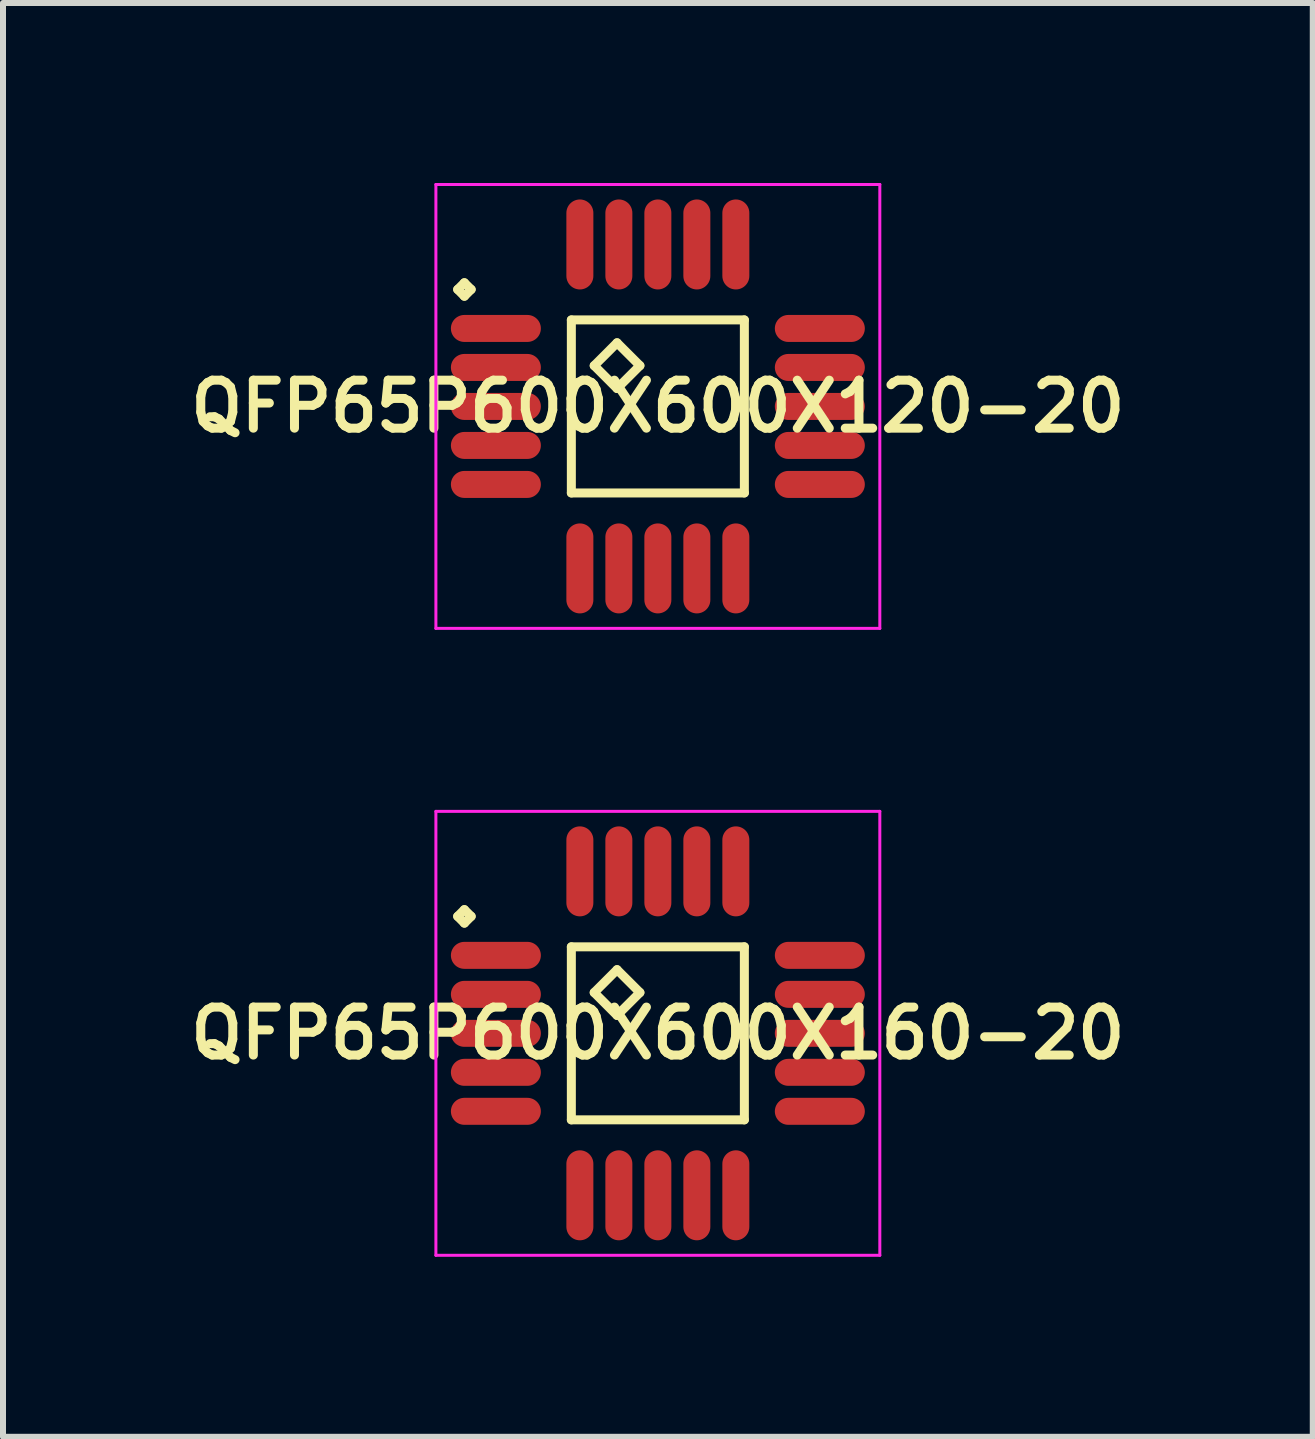
<source format=kicad_pcb>
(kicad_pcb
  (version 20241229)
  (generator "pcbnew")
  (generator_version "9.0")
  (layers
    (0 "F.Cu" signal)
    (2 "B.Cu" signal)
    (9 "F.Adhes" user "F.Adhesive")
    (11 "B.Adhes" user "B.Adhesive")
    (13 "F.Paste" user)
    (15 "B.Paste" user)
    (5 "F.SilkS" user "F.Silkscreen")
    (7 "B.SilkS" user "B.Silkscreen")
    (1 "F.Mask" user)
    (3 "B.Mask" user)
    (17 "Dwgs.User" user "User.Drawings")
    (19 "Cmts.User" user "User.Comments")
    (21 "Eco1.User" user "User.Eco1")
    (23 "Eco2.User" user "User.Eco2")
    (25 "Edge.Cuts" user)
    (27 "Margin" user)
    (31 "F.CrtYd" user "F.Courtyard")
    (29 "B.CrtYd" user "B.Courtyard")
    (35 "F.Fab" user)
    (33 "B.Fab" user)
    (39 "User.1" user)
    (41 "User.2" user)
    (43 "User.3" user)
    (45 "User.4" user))
  (footprint "QFP65P600X600X120-20"
    (layer "F.Cu")
    (at 7.916 3.725)
    (property "Reference" "QFP65P600X600X120-20" (at 0 0 0) (layer "F.SilkS") (effects (font (size 0.8 0.8) (thickness 0.15))))
    (attr smd)
    (fp_line (start -3.337 -1.95) (end -3.225 -2.062) (stroke (width 0.15) (type solid)) (layer "F.SilkS"))
    (fp_line (start -3.225 -2.062) (end -3.112 -1.95) (stroke (width 0.15) (type solid)) (layer "F.SilkS"))
    (fp_line (start -3.225 -1.837) (end -3.337 -1.95) (stroke (width 0.15) (type solid)) (layer "F.SilkS"))
    (fp_line (start -3.112 -1.95) (end -3.225 -1.837) (stroke (width 0.15) (type solid)) (layer "F.SilkS"))
    (fp_line (start -1.442 -1.442) (end -1.442 1.442) (stroke (width 0.15) (type solid)) (layer "F.SilkS"))
    (fp_line (start -1.442 1.442) (end 1.442 1.442) (stroke (width 0.15) (type solid)) (layer "F.SilkS"))
    (fp_line (start -1.061 -0.68) (end -0.68 -1.061) (stroke (width 0.15) (type solid)) (layer "F.SilkS"))
    (fp_line (start -0.68 -1.061) (end -0.299 -0.68) (stroke (width 0.15) (type solid)) (layer "F.SilkS"))
    (fp_line (start -0.68 -0.299) (end -1.061 -0.68) (stroke (width 0.15) (type solid)) (layer "F.SilkS"))
    (fp_line (start -0.299 -0.68) (end -0.68 -0.299) (stroke (width 0.15) (type solid)) (layer "F.SilkS"))
    (fp_line (start 1.442 -1.442) (end -1.442 -1.442) (stroke (width 0.15) (type solid)) (layer "F.SilkS"))
    (fp_line (start 1.442 1.442) (end 1.442 -1.442) (stroke (width 0.15) (type solid)) (layer "F.SilkS"))
    (fp_line (start -3.7 -3.7) (end 3.7 -3.7) (stroke (width 0.05) (type solid)) (layer "F.CrtYd"))
    (fp_line (start -3.7 3.7) (end -3.7 -3.7) (stroke (width 0.05) (type solid)) (layer "F.CrtYd"))
    (fp_line (start 3.7 -3.7) (end 3.7 3.7) (stroke (width 0.05) (type solid)) (layer "F.CrtYd"))
    (fp_line (start 3.7 3.7) (end -3.7 3.7) (stroke (width 0.05) (type solid)) (layer "F.CrtYd"))
    (pad "1" smd oval (at -2.7 -1.3) (size 1.5 0.45) (layers "F.Cu" "F.Mask" "F.Paste"))
    (pad "2" smd oval (at -2.7 -0.65) (size 1.5 0.45) (layers "F.Cu" "F.Mask" "F.Paste"))
    (pad "3" smd oval (at -2.7 0) (size 1.5 0.45) (layers "F.Cu" "F.Mask" "F.Paste"))
    (pad "4" smd oval (at -2.7 0.65) (size 1.5 0.45) (layers "F.Cu" "F.Mask" "F.Paste"))
    (pad "5" smd oval (at -2.7 1.3) (size 1.5 0.45) (layers "F.Cu" "F.Mask" "F.Paste"))
    (pad "6" smd oval (at -1.3 2.7) (size 0.45 1.5) (layers "F.Cu" "F.Mask" "F.Paste"))
    (pad "7" smd oval (at -0.65 2.7) (size 0.45 1.5) (layers "F.Cu" "F.Mask" "F.Paste"))
    (pad "8" smd oval (at 0 2.7) (size 0.45 1.5) (layers "F.Cu" "F.Mask" "F.Paste"))
    (pad "9" smd oval (at 0.65 2.7) (size 0.45 1.5) (layers "F.Cu" "F.Mask" "F.Paste"))
    (pad "10" smd oval (at 1.3 2.7) (size 0.45 1.5) (layers "F.Cu" "F.Mask" "F.Paste"))
    (pad "11" smd oval (at 2.7 1.3) (size 1.5 0.45) (layers "F.Cu" "F.Mask" "F.Paste"))
    (pad "12" smd oval (at 2.7 0.65) (size 1.5 0.45) (layers "F.Cu" "F.Mask" "F.Paste"))
    (pad "13" smd oval (at 2.7 0) (size 1.5 0.45) (layers "F.Cu" "F.Mask" "F.Paste"))
    (pad "14" smd oval (at 2.7 -0.65) (size 1.5 0.45) (layers "F.Cu" "F.Mask" "F.Paste"))
    (pad "15" smd oval (at 2.7 -1.3) (size 1.5 0.45) (layers "F.Cu" "F.Mask" "F.Paste"))
    (pad "16" smd oval (at 1.3 -2.7) (size 0.45 1.5) (layers "F.Cu" "F.Mask" "F.Paste"))
    (pad "17" smd oval (at 0.65 -2.7) (size 0.45 1.5) (layers "F.Cu" "F.Mask" "F.Paste"))
    (pad "18" smd oval (at 0 -2.7) (size 0.45 1.5) (layers "F.Cu" "F.Mask" "F.Paste"))
    (pad "19" smd oval (at -0.65 -2.7) (size 0.45 1.5) (layers "F.Cu" "F.Mask" "F.Paste"))
    (pad "20" smd oval (at -1.3 -2.7) (size 0.45 1.5) (layers "F.Cu" "F.Mask" "F.Paste")))
  (footprint "QFP65P600X600X160-20"
    (layer "F.Cu")
    (at 7.916 14.175)
    (property "Reference" "QFP65P600X600X160-20" (at 0 0 0) (layer "F.SilkS") (effects (font (size 0.8 0.8) (thickness 0.15))))
    (attr smd)
    (fp_line (start -3.337 -1.95) (end -3.225 -2.062) (stroke (width 0.15) (type solid)) (layer "F.SilkS"))
    (fp_line (start -3.225 -2.062) (end -3.112 -1.95) (stroke (width 0.15) (type solid)) (layer "F.SilkS"))
    (fp_line (start -3.225 -1.837) (end -3.337 -1.95) (stroke (width 0.15) (type solid)) (layer "F.SilkS"))
    (fp_line (start -3.112 -1.95) (end -3.225 -1.837) (stroke (width 0.15) (type solid)) (layer "F.SilkS"))
    (fp_line (start -1.442 -1.442) (end -1.442 1.442) (stroke (width 0.15) (type solid)) (layer "F.SilkS"))
    (fp_line (start -1.442 1.442) (end 1.442 1.442) (stroke (width 0.15) (type solid)) (layer "F.SilkS"))
    (fp_line (start -1.061 -0.68) (end -0.68 -1.061) (stroke (width 0.15) (type solid)) (layer "F.SilkS"))
    (fp_line (start -0.68 -1.061) (end -0.299 -0.68) (stroke (width 0.15) (type solid)) (layer "F.SilkS"))
    (fp_line (start -0.68 -0.299) (end -1.061 -0.68) (stroke (width 0.15) (type solid)) (layer "F.SilkS"))
    (fp_line (start -0.299 -0.68) (end -0.68 -0.299) (stroke (width 0.15) (type solid)) (layer "F.SilkS"))
    (fp_line (start 1.442 -1.442) (end -1.442 -1.442) (stroke (width 0.15) (type solid)) (layer "F.SilkS"))
    (fp_line (start 1.442 1.442) (end 1.442 -1.442) (stroke (width 0.15) (type solid)) (layer "F.SilkS"))
    (fp_line (start -3.7 -3.7) (end 3.7 -3.7) (stroke (width 0.05) (type solid)) (layer "F.CrtYd"))
    (fp_line (start -3.7 3.7) (end -3.7 -3.7) (stroke (width 0.05) (type solid)) (layer "F.CrtYd"))
    (fp_line (start 3.7 -3.7) (end 3.7 3.7) (stroke (width 0.05) (type solid)) (layer "F.CrtYd"))
    (fp_line (start 3.7 3.7) (end -3.7 3.7) (stroke (width 0.05) (type solid)) (layer "F.CrtYd"))
    (pad "1" smd oval (at -2.7 -1.3) (size 1.5 0.45) (layers "F.Cu" "F.Mask" "F.Paste"))
    (pad "2" smd oval (at -2.7 -0.65) (size 1.5 0.45) (layers "F.Cu" "F.Mask" "F.Paste"))
    (pad "3" smd oval (at -2.7 0) (size 1.5 0.45) (layers "F.Cu" "F.Mask" "F.Paste"))
    (pad "4" smd oval (at -2.7 0.65) (size 1.5 0.45) (layers "F.Cu" "F.Mask" "F.Paste"))
    (pad "5" smd oval (at -2.7 1.3) (size 1.5 0.45) (layers "F.Cu" "F.Mask" "F.Paste"))
    (pad "6" smd oval (at -1.3 2.7) (size 0.45 1.5) (layers "F.Cu" "F.Mask" "F.Paste"))
    (pad "7" smd oval (at -0.65 2.7) (size 0.45 1.5) (layers "F.Cu" "F.Mask" "F.Paste"))
    (pad "8" smd oval (at 0 2.7) (size 0.45 1.5) (layers "F.Cu" "F.Mask" "F.Paste"))
    (pad "9" smd oval (at 0.65 2.7) (size 0.45 1.5) (layers "F.Cu" "F.Mask" "F.Paste"))
    (pad "10" smd oval (at 1.3 2.7) (size 0.45 1.5) (layers "F.Cu" "F.Mask" "F.Paste"))
    (pad "11" smd oval (at 2.7 1.3) (size 1.5 0.45) (layers "F.Cu" "F.Mask" "F.Paste"))
    (pad "12" smd oval (at 2.7 0.65) (size 1.5 0.45) (layers "F.Cu" "F.Mask" "F.Paste"))
    (pad "13" smd oval (at 2.7 0) (size 1.5 0.45) (layers "F.Cu" "F.Mask" "F.Paste"))
    (pad "14" smd oval (at 2.7 -0.65) (size 1.5 0.45) (layers "F.Cu" "F.Mask" "F.Paste"))
    (pad "15" smd oval (at 2.7 -1.3) (size 1.5 0.45) (layers "F.Cu" "F.Mask" "F.Paste"))
    (pad "16" smd oval (at 1.3 -2.7) (size 0.45 1.5) (layers "F.Cu" "F.Mask" "F.Paste"))
    (pad "17" smd oval (at 0.65 -2.7) (size 0.45 1.5) (layers "F.Cu" "F.Mask" "F.Paste"))
    (pad "18" smd oval (at 0 -2.7) (size 0.45 1.5) (layers "F.Cu" "F.Mask" "F.Paste"))
    (pad "19" smd oval (at -0.65 -2.7) (size 0.45 1.5) (layers "F.Cu" "F.Mask" "F.Paste"))
    (pad "20" smd oval (at -1.3 -2.7) (size 0.45 1.5) (layers "F.Cu" "F.Mask" "F.Paste")))
  (gr_rect
    (start -3 -3)
    (end 18.833 20.9)
    (stroke (width 0.1) (type default))
    (fill no)
    (layer "Edge.Cuts")))
</source>
